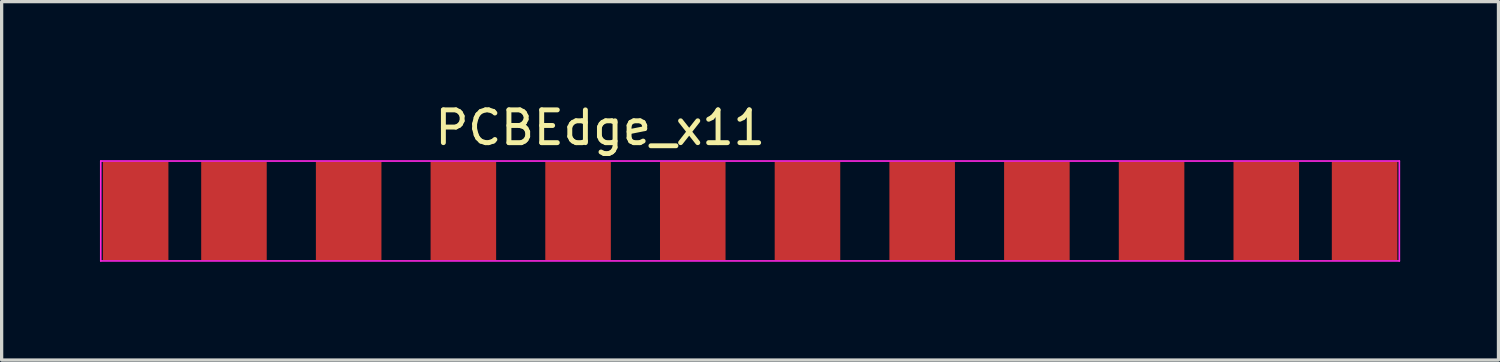
<source format=kicad_pcb>
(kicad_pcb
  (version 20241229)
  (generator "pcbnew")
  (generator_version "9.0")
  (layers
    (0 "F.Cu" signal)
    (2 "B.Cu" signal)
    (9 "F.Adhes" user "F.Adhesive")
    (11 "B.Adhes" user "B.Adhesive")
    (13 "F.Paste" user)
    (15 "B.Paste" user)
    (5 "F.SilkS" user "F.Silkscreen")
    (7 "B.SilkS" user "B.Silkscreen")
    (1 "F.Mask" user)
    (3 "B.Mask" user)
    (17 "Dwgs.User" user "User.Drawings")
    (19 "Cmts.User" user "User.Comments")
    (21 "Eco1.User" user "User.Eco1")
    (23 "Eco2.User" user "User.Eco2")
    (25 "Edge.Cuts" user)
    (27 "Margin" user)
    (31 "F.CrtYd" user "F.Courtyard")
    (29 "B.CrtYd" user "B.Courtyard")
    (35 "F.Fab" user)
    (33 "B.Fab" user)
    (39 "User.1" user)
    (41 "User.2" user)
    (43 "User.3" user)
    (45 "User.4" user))
  (footprint "PCBEdge_x11"
    (layer "F.Cu")
    (at 4.089 3.388)
    (property "Reference" "PCBEdge_x11" (at 11.176 -2.54 0) (layer "F.SilkS") (effects (font (size 1 1) (thickness 0.15))))
    (attr exclude_from_pos_files exclude_from_bom)
    (fp_line (start -4.064 -1.524) (end -4.064 1.524) (stroke (width 0.05) (type solid)) (layer "F.CrtYd"))
    (fp_line (start -4.064 -1.524) (end 35.56 -1.524) (stroke (width 0.05) (type solid)) (layer "F.CrtYd"))
    (fp_line (start 35.56 1.524) (end -4.064 1.524) (stroke (width 0.05) (type solid)) (layer "F.CrtYd"))
    (fp_line (start 35.56 1.524) (end 35.56 -1.524) (stroke (width 0.05) (type solid)) (layer "F.CrtYd"))
    (pad "1" connect rect (at 0 0) (size 2 3) (layers "F.Cu" "F.Mask"))
    (pad "2" connect rect (at 3.5 0) (size 2 3) (layers "F.Cu" "F.Mask"))
    (pad "3" connect rect (at 7 0) (size 2 3) (layers "F.Cu" "F.Mask"))
    (pad "4" connect rect (at 10.5 0) (size 2 3) (layers "F.Cu" "F.Mask"))
    (pad "5" connect rect (at 14 0) (size 2 3) (layers "F.Cu" "F.Mask"))
    (pad "6" connect rect (at 17.5 0 180) (size 2 3) (layers "F.Cu" "F.Mask"))
    (pad "7" connect rect (at 21 0) (size 2 3) (layers "F.Cu" "F.Mask"))
    (pad "8" connect rect (at 24.5 0) (size 2 3) (layers "F.Cu" "F.Mask"))
    (pad "9" connect rect (at 28 0) (size 2 3) (layers "F.Cu" "F.Mask"))
    (pad "10" connect rect (at 31.5 0) (size 2 3) (layers "F.Cu" "F.Mask"))
    (pad "11" connect rect (at -3 0) (size 2 3) (layers "F.Cu" "F.Mask"))
    (pad "11" connect rect (at 34.5 0) (size 2 3) (layers "F.Cu" "F.Mask")))
  (gr_rect
    (start -3 -3)
    (end 42.674 7.937)
    (stroke (width 0.1) (type default))
    (fill no)
    (layer "Edge.Cuts")))
</source>
